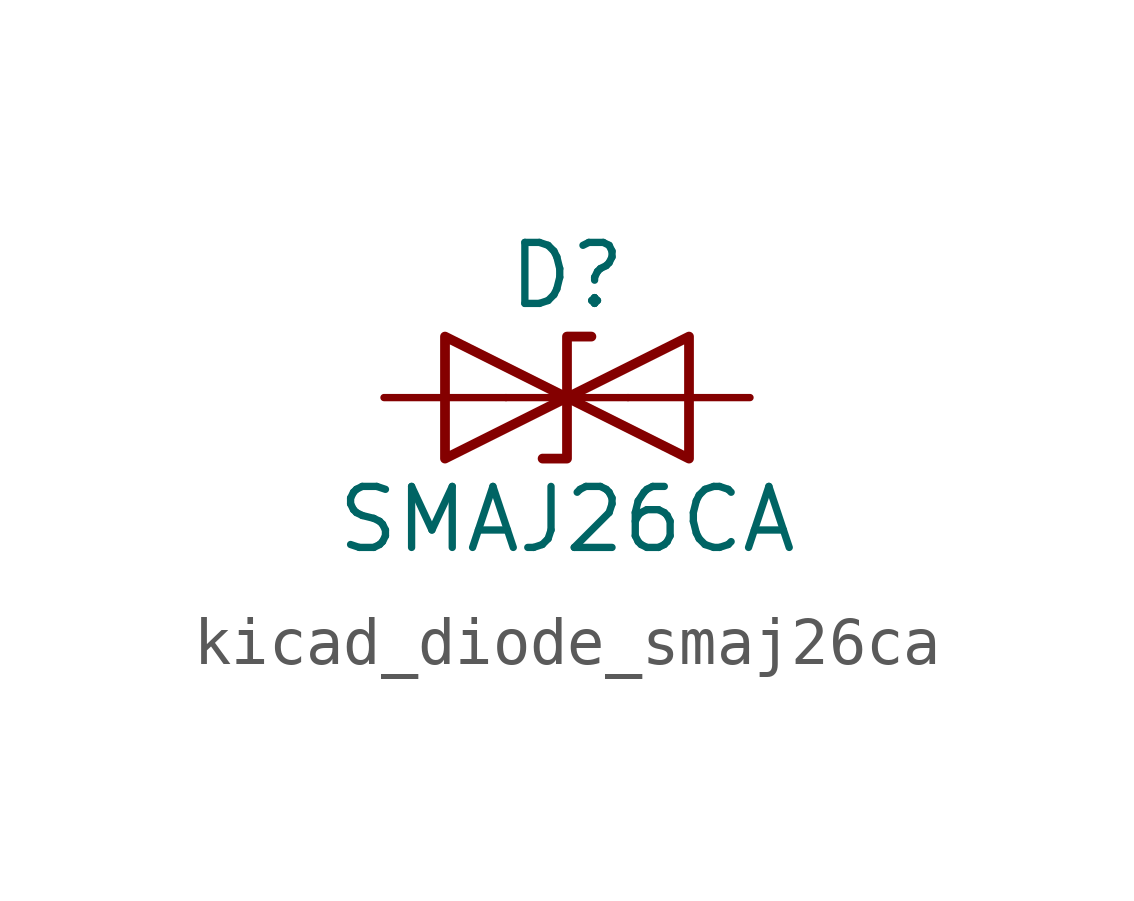
<source format=kicad_sym>
(kicad_symbol_lib
  (version 20220914)
  (generator kicad_symbol_editor)
  (symbol "kicad_diode_smaj26ca"
    (pin_numbers hide)
    (pin_names
      (offset 1.016) hide)
    (property "Reference" "D"
      (at 0 2.54 0)
      (effects (font (size 1.27 1.27))))
    (property "Value" "SMAJ26CA"
      (at 0 -2.54 0)
      (effects (font (size 1.27 1.27))))
    (symbol "kicad_diode_smaj26ca_0_1"
      (polyline (pts (xy 1.27 0) (xy -1.27 0)) (stroke (width 0) (type default)) (fill (type none)))
      (polyline (pts (xy -2.54 -1.27) (xy 0 0) (xy -2.54 1.27) (xy -2.54 -1.27)) (stroke (width 0.203) (type default)) (fill (type none)))
      (polyline (pts (xy 0.508 1.27) (xy 0 1.27) (xy 0 -1.27) (xy -0.508 -1.27)) (stroke (width 0.203) (type default)) (fill (type none)))
      (polyline (pts (xy 2.54 1.27) (xy 2.54 -1.27) (xy 0 0) (xy 2.54 1.27)) (stroke (width 0.203) (type default)) (fill (type none))))
    (symbol "kicad_diode_smaj26ca_1_1"
      (pin passive line (at -3.81 0 0) (length 2.54) (name "A1" (effects (font (size 1.27 1.27)))) (number "1" (effects (font (size 1.27 1.27)))))
      (pin passive line (at 3.81 0 180) (length 2.54) (name "A2" (effects (font (size 1.27 1.27)))) (number "2" (effects (font (size 1.27 1.27))))))))
</source>
